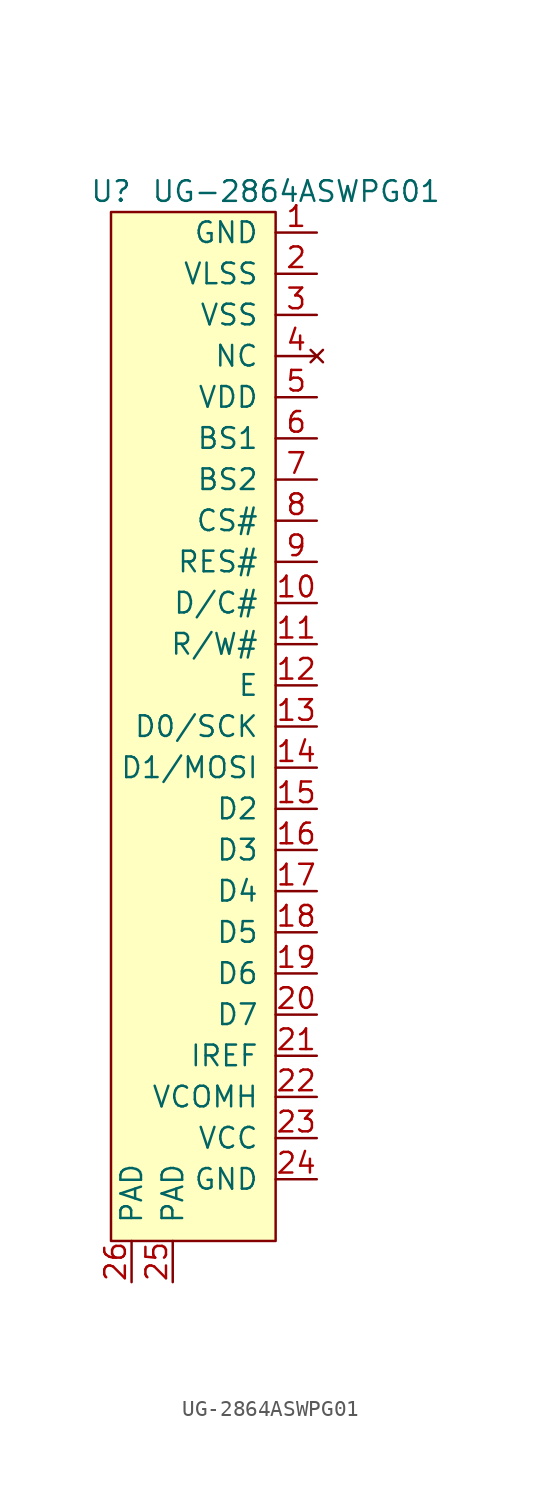
<source format=kicad_sym>
(kicad_symbol_lib
  (version 20220914)
  (generator kicad_symbol_editor)
  (symbol "UG-2864ASWPG01"
    (pin_names
      (offset 1.016))
    (property "Reference" "U"
      (at -10.16 33.02 0)
      (effects (font (size 1.27 1.27))))
    (property "Value" "UG-2864ASWPG01"
      (at 1.27 33.02 0)
      (effects (font (size 1.27 1.27))))
    (symbol "UG-2864ASWPG01_0_1"
      (rectangle (start -10.16 -31.75) (end 0 31.75) (stroke (width 0) (type default)) (fill (type background))))
    (symbol "UG-2864ASWPG01_1_1"
      (pin power_in line (at 2.54 30.48 180) (length 2.54) (name "GND" (effects (font (size 1.27 1.27)))) (number "1" (effects (font (size 1.27 1.27)))))
      (pin input line (at 2.54 7.62 180) (length 2.54) (name "D/C#" (effects (font (size 1.27 1.27)))) (number "10" (effects (font (size 1.27 1.27)))))
      (pin input line (at 2.54 5.08 180) (length 2.54) (name "R/W#" (effects (font (size 1.27 1.27)))) (number "11" (effects (font (size 1.27 1.27)))))
      (pin input line (at 2.54 2.54 180) (length 2.54) (name "E" (effects (font (size 1.27 1.27)))) (number "12" (effects (font (size 1.27 1.27)))))
      (pin input line (at 2.54 0 180) (length 2.54) (name "D0/SCK" (effects (font (size 1.27 1.27)))) (number "13" (effects (font (size 1.27 1.27)))))
      (pin input line (at 2.54 -2.54 180) (length 2.54) (name "D1/MOSI" (effects (font (size 1.27 1.27)))) (number "14" (effects (font (size 1.27 1.27)))))
      (pin input line (at 2.54 -5.08 180) (length 2.54) (name "D2" (effects (font (size 1.27 1.27)))) (number "15" (effects (font (size 1.27 1.27)))))
      (pin input line (at 2.54 -7.62 180) (length 2.54) (name "D3" (effects (font (size 1.27 1.27)))) (number "16" (effects (font (size 1.27 1.27)))))
      (pin input line (at 2.54 -10.16 180) (length 2.54) (name "D4" (effects (font (size 1.27 1.27)))) (number "17" (effects (font (size 1.27 1.27)))))
      (pin input line (at 2.54 -12.7 180) (length 2.54) (name "D5" (effects (font (size 1.27 1.27)))) (number "18" (effects (font (size 1.27 1.27)))))
      (pin input line (at 2.54 -15.24 180) (length 2.54) (name "D6" (effects (font (size 1.27 1.27)))) (number "19" (effects (font (size 1.27 1.27)))))
      (pin power_in line (at 2.54 27.94 180) (length 2.54) (name "VLSS" (effects (font (size 1.27 1.27)))) (number "2" (effects (font (size 1.27 1.27)))))
      (pin input line (at 2.54 -17.78 180) (length 2.54) (name "D7" (effects (font (size 1.27 1.27)))) (number "20" (effects (font (size 1.27 1.27)))))
      (pin input line (at 2.54 -20.32 180) (length 2.54) (name "IREF" (effects (font (size 1.27 1.27)))) (number "21" (effects (font (size 1.27 1.27)))))
      (pin input line (at 2.54 -22.86 180) (length 2.54) (name "VCOMH" (effects (font (size 1.27 1.27)))) (number "22" (effects (font (size 1.27 1.27)))))
      (pin power_in line (at 2.54 -25.4 180) (length 2.54) (name "VCC" (effects (font (size 1.27 1.27)))) (number "23" (effects (font (size 1.27 1.27)))))
      (pin power_in line (at 2.54 -27.94 180) (length 2.54) (name "GND" (effects (font (size 1.27 1.27)))) (number "24" (effects (font (size 1.27 1.27)))))
      (pin free line (at -6.35 -34.29 90) (length 2.54) (name "PAD" (effects (font (size 1.27 1.27)))) (number "25" (effects (font (size 1.27 1.27)))))
      (pin free line (at -8.89 -34.29 90) (length 2.54) (name "PAD" (effects (font (size 1.27 1.27)))) (number "26" (effects (font (size 1.27 1.27)))))
      (pin power_in line (at 2.54 25.4 180) (length 2.54) (name "VSS" (effects (font (size 1.27 1.27)))) (number "3" (effects (font (size 1.27 1.27)))))
      (pin no_connect line (at 2.54 22.86 180) (length 2.54) (name "NC" (effects (font (size 1.27 1.27)))) (number "4" (effects (font (size 1.27 1.27)))))
      (pin power_in line (at 2.54 20.32 180) (length 2.54) (name "VDD" (effects (font (size 1.27 1.27)))) (number "5" (effects (font (size 1.27 1.27)))))
      (pin input line (at 2.54 17.78 180) (length 2.54) (name "BS1" (effects (font (size 1.27 1.27)))) (number "6" (effects (font (size 1.27 1.27)))))
      (pin input line (at 2.54 15.24 180) (length 2.54) (name "BS2" (effects (font (size 1.27 1.27)))) (number "7" (effects (font (size 1.27 1.27)))))
      (pin input line (at 2.54 12.7 180) (length 2.54) (name "CS#" (effects (font (size 1.27 1.27)))) (number "8" (effects (font (size 1.27 1.27)))))
      (pin input line (at 2.54 10.16 180) (length 2.54) (name "RES#" (effects (font (size 1.27 1.27)))) (number "9" (effects (font (size 1.27 1.27))))))))
</source>
